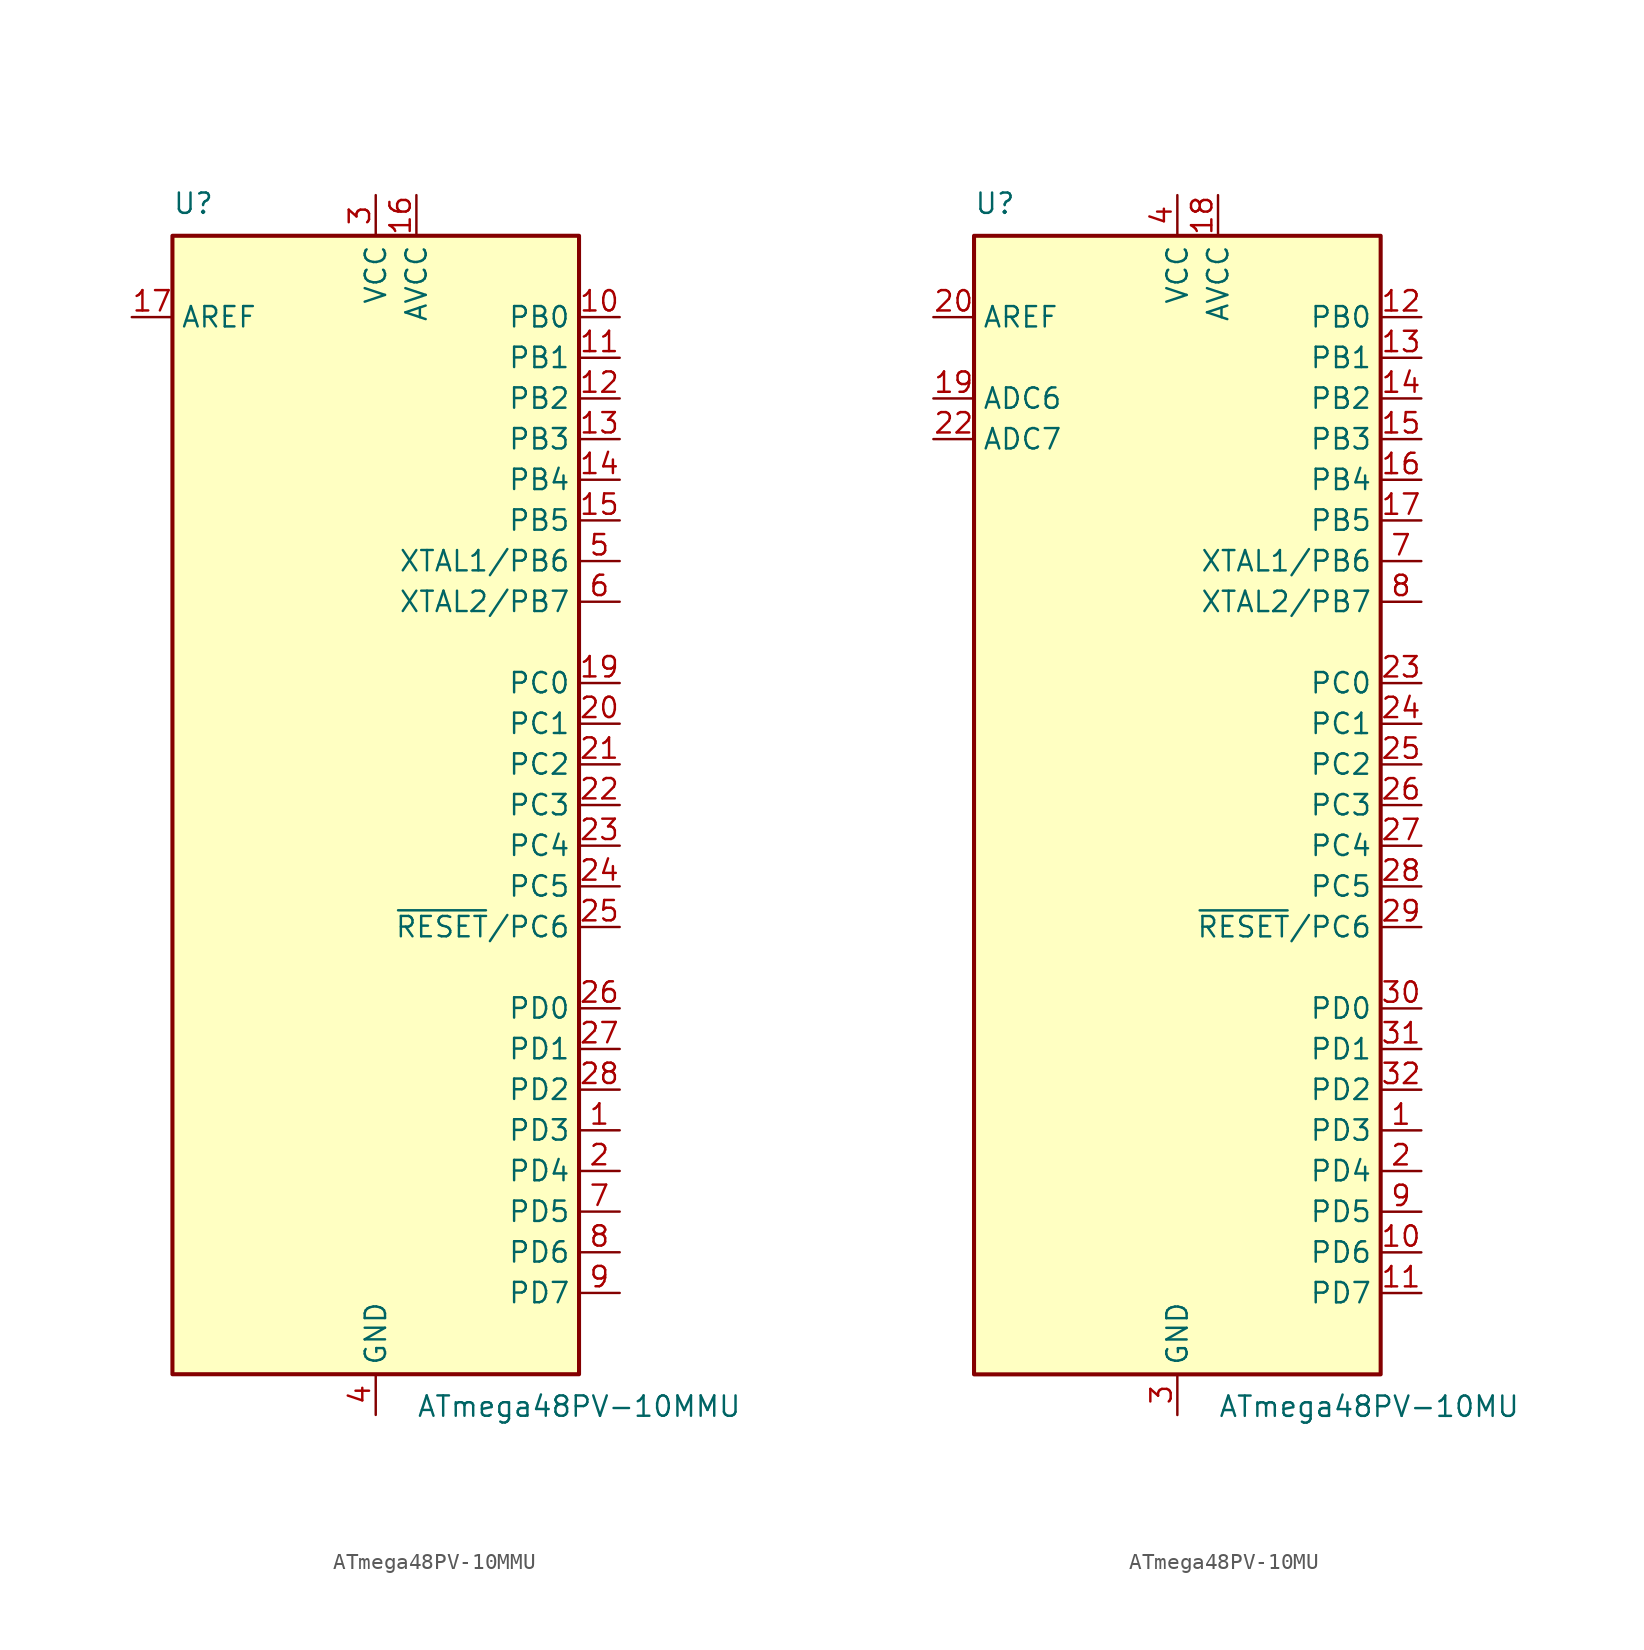
<source format=kicad_sym>
(kicad_symbol_lib
  (version 20211014)
  (generator kicad_symbol_editor)
  (symbol "ATmega48PV-10MMU"
    (property "Reference" "U"
      (at -12.7 36.83 0)
      (effects (font (size 1.27 1.27)) (justify left bottom)))
    (property "Value" "ATmega48PV-10MMU"
      (at 2.54 -36.83 0)
      (effects (font (size 1.27 1.27)) (justify left top)))
    (symbol "ATmega48PV-10MMU_0_1"
      (rectangle (start -12.7 -35.56) (end 12.7 35.56) (stroke (width 0.254) (type default) (color 0 0 0 0)) (fill (type background))))
    (symbol "ATmega48PV-10MMU_1_1"
      (pin bidirectional line (at 15.24 -20.32 180) (length 2.54) (name "PD3" (effects (font (size 1.27 1.27)))) (number "1" (effects (font (size 1.27 1.27)))))
      (pin bidirectional line (at 15.24 30.48 180) (length 2.54) (name "PB0" (effects (font (size 1.27 1.27)))) (number "10" (effects (font (size 1.27 1.27)))))
      (pin bidirectional line (at 15.24 27.94 180) (length 2.54) (name "PB1" (effects (font (size 1.27 1.27)))) (number "11" (effects (font (size 1.27 1.27)))))
      (pin bidirectional line (at 15.24 25.4 180) (length 2.54) (name "PB2" (effects (font (size 1.27 1.27)))) (number "12" (effects (font (size 1.27 1.27)))))
      (pin bidirectional line (at 15.24 22.86 180) (length 2.54) (name "PB3" (effects (font (size 1.27 1.27)))) (number "13" (effects (font (size 1.27 1.27)))))
      (pin bidirectional line (at 15.24 20.32 180) (length 2.54) (name "PB4" (effects (font (size 1.27 1.27)))) (number "14" (effects (font (size 1.27 1.27)))))
      (pin bidirectional line (at 15.24 17.78 180) (length 2.54) (name "PB5" (effects (font (size 1.27 1.27)))) (number "15" (effects (font (size 1.27 1.27)))))
      (pin power_in line (at 2.54 38.1 270) (length 2.54) (name "AVCC" (effects (font (size 1.27 1.27)))) (number "16" (effects (font (size 1.27 1.27)))))
      (pin passive line (at -15.24 30.48 0) (length 2.54) (name "AREF" (effects (font (size 1.27 1.27)))) (number "17" (effects (font (size 1.27 1.27)))))
      (pin passive line (at 0 -38.1 90) (length 2.54) hide (name "GND" (effects (font (size 1.27 1.27)))) (number "18" (effects (font (size 1.27 1.27)))))
      (pin bidirectional line (at 15.24 7.62 180) (length 2.54) (name "PC0" (effects (font (size 1.27 1.27)))) (number "19" (effects (font (size 1.27 1.27)))))
      (pin bidirectional line (at 15.24 -22.86 180) (length 2.54) (name "PD4" (effects (font (size 1.27 1.27)))) (number "2" (effects (font (size 1.27 1.27)))))
      (pin bidirectional line (at 15.24 5.08 180) (length 2.54) (name "PC1" (effects (font (size 1.27 1.27)))) (number "20" (effects (font (size 1.27 1.27)))))
      (pin bidirectional line (at 15.24 2.54 180) (length 2.54) (name "PC2" (effects (font (size 1.27 1.27)))) (number "21" (effects (font (size 1.27 1.27)))))
      (pin bidirectional line (at 15.24 0 180) (length 2.54) (name "PC3" (effects (font (size 1.27 1.27)))) (number "22" (effects (font (size 1.27 1.27)))))
      (pin bidirectional line (at 15.24 -2.54 180) (length 2.54) (name "PC4" (effects (font (size 1.27 1.27)))) (number "23" (effects (font (size 1.27 1.27)))))
      (pin bidirectional line (at 15.24 -5.08 180) (length 2.54) (name "PC5" (effects (font (size 1.27 1.27)))) (number "24" (effects (font (size 1.27 1.27)))))
      (pin bidirectional line (at 15.24 -7.62 180) (length 2.54) (name "~{RESET}/PC6" (effects (font (size 1.27 1.27)))) (number "25" (effects (font (size 1.27 1.27)))))
      (pin bidirectional line (at 15.24 -12.7 180) (length 2.54) (name "PD0" (effects (font (size 1.27 1.27)))) (number "26" (effects (font (size 1.27 1.27)))))
      (pin bidirectional line (at 15.24 -15.24 180) (length 2.54) (name "PD1" (effects (font (size 1.27 1.27)))) (number "27" (effects (font (size 1.27 1.27)))))
      (pin bidirectional line (at 15.24 -17.78 180) (length 2.54) (name "PD2" (effects (font (size 1.27 1.27)))) (number "28" (effects (font (size 1.27 1.27)))))
      (pin passive line (at 0 -38.1 90) (length 2.54) hide (name "GND" (effects (font (size 1.27 1.27)))) (number "29" (effects (font (size 1.27 1.27)))))
      (pin power_in line (at 0 38.1 270) (length 2.54) (name "VCC" (effects (font (size 1.27 1.27)))) (number "3" (effects (font (size 1.27 1.27)))))
      (pin power_in line (at 0 -38.1 90) (length 2.54) (name "GND" (effects (font (size 1.27 1.27)))) (number "4" (effects (font (size 1.27 1.27)))))
      (pin bidirectional line (at 15.24 15.24 180) (length 2.54) (name "XTAL1/PB6" (effects (font (size 1.27 1.27)))) (number "5" (effects (font (size 1.27 1.27)))))
      (pin bidirectional line (at 15.24 12.7 180) (length 2.54) (name "XTAL2/PB7" (effects (font (size 1.27 1.27)))) (number "6" (effects (font (size 1.27 1.27)))))
      (pin bidirectional line (at 15.24 -25.4 180) (length 2.54) (name "PD5" (effects (font (size 1.27 1.27)))) (number "7" (effects (font (size 1.27 1.27)))))
      (pin bidirectional line (at 15.24 -27.94 180) (length 2.54) (name "PD6" (effects (font (size 1.27 1.27)))) (number "8" (effects (font (size 1.27 1.27)))))
      (pin bidirectional line (at 15.24 -30.48 180) (length 2.54) (name "PD7" (effects (font (size 1.27 1.27)))) (number "9" (effects (font (size 1.27 1.27)))))))
  (symbol "ATmega48PV-10MU"
    (property "Reference" "U"
      (at -12.7 36.83 0)
      (effects (font (size 1.27 1.27)) (justify left bottom)))
    (property "Value" "ATmega48PV-10MU"
      (at 2.54 -36.83 0)
      (effects (font (size 1.27 1.27)) (justify left top)))
    (symbol "ATmega48PV-10MU_0_1"
      (rectangle (start -12.7 -35.56) (end 12.7 35.56) (stroke (width 0.254) (type default) (color 0 0 0 0)) (fill (type background))))
    (symbol "ATmega48PV-10MU_1_1"
      (pin bidirectional line (at 15.24 -20.32 180) (length 2.54) (name "PD3" (effects (font (size 1.27 1.27)))) (number "1" (effects (font (size 1.27 1.27)))))
      (pin bidirectional line (at 15.24 -27.94 180) (length 2.54) (name "PD6" (effects (font (size 1.27 1.27)))) (number "10" (effects (font (size 1.27 1.27)))))
      (pin bidirectional line (at 15.24 -30.48 180) (length 2.54) (name "PD7" (effects (font (size 1.27 1.27)))) (number "11" (effects (font (size 1.27 1.27)))))
      (pin bidirectional line (at 15.24 30.48 180) (length 2.54) (name "PB0" (effects (font (size 1.27 1.27)))) (number "12" (effects (font (size 1.27 1.27)))))
      (pin bidirectional line (at 15.24 27.94 180) (length 2.54) (name "PB1" (effects (font (size 1.27 1.27)))) (number "13" (effects (font (size 1.27 1.27)))))
      (pin bidirectional line (at 15.24 25.4 180) (length 2.54) (name "PB2" (effects (font (size 1.27 1.27)))) (number "14" (effects (font (size 1.27 1.27)))))
      (pin bidirectional line (at 15.24 22.86 180) (length 2.54) (name "PB3" (effects (font (size 1.27 1.27)))) (number "15" (effects (font (size 1.27 1.27)))))
      (pin bidirectional line (at 15.24 20.32 180) (length 2.54) (name "PB4" (effects (font (size 1.27 1.27)))) (number "16" (effects (font (size 1.27 1.27)))))
      (pin bidirectional line (at 15.24 17.78 180) (length 2.54) (name "PB5" (effects (font (size 1.27 1.27)))) (number "17" (effects (font (size 1.27 1.27)))))
      (pin power_in line (at 2.54 38.1 270) (length 2.54) (name "AVCC" (effects (font (size 1.27 1.27)))) (number "18" (effects (font (size 1.27 1.27)))))
      (pin input line (at -15.24 25.4 0) (length 2.54) (name "ADC6" (effects (font (size 1.27 1.27)))) (number "19" (effects (font (size 1.27 1.27)))))
      (pin bidirectional line (at 15.24 -22.86 180) (length 2.54) (name "PD4" (effects (font (size 1.27 1.27)))) (number "2" (effects (font (size 1.27 1.27)))))
      (pin passive line (at -15.24 30.48 0) (length 2.54) (name "AREF" (effects (font (size 1.27 1.27)))) (number "20" (effects (font (size 1.27 1.27)))))
      (pin passive line (at 0 -38.1 90) (length 2.54) hide (name "GND" (effects (font (size 1.27 1.27)))) (number "21" (effects (font (size 1.27 1.27)))))
      (pin input line (at -15.24 22.86 0) (length 2.54) (name "ADC7" (effects (font (size 1.27 1.27)))) (number "22" (effects (font (size 1.27 1.27)))))
      (pin bidirectional line (at 15.24 7.62 180) (length 2.54) (name "PC0" (effects (font (size 1.27 1.27)))) (number "23" (effects (font (size 1.27 1.27)))))
      (pin bidirectional line (at 15.24 5.08 180) (length 2.54) (name "PC1" (effects (font (size 1.27 1.27)))) (number "24" (effects (font (size 1.27 1.27)))))
      (pin bidirectional line (at 15.24 2.54 180) (length 2.54) (name "PC2" (effects (font (size 1.27 1.27)))) (number "25" (effects (font (size 1.27 1.27)))))
      (pin bidirectional line (at 15.24 0 180) (length 2.54) (name "PC3" (effects (font (size 1.27 1.27)))) (number "26" (effects (font (size 1.27 1.27)))))
      (pin bidirectional line (at 15.24 -2.54 180) (length 2.54) (name "PC4" (effects (font (size 1.27 1.27)))) (number "27" (effects (font (size 1.27 1.27)))))
      (pin bidirectional line (at 15.24 -5.08 180) (length 2.54) (name "PC5" (effects (font (size 1.27 1.27)))) (number "28" (effects (font (size 1.27 1.27)))))
      (pin bidirectional line (at 15.24 -7.62 180) (length 2.54) (name "~{RESET}/PC6" (effects (font (size 1.27 1.27)))) (number "29" (effects (font (size 1.27 1.27)))))
      (pin power_in line (at 0 -38.1 90) (length 2.54) (name "GND" (effects (font (size 1.27 1.27)))) (number "3" (effects (font (size 1.27 1.27)))))
      (pin bidirectional line (at 15.24 -12.7 180) (length 2.54) (name "PD0" (effects (font (size 1.27 1.27)))) (number "30" (effects (font (size 1.27 1.27)))))
      (pin bidirectional line (at 15.24 -15.24 180) (length 2.54) (name "PD1" (effects (font (size 1.27 1.27)))) (number "31" (effects (font (size 1.27 1.27)))))
      (pin bidirectional line (at 15.24 -17.78 180) (length 2.54) (name "PD2" (effects (font (size 1.27 1.27)))) (number "32" (effects (font (size 1.27 1.27)))))
      (pin passive line (at 0 -38.1 90) (length 2.54) hide (name "GND" (effects (font (size 1.27 1.27)))) (number "33" (effects (font (size 1.27 1.27)))))
      (pin power_in line (at 0 38.1 270) (length 2.54) (name "VCC" (effects (font (size 1.27 1.27)))) (number "4" (effects (font (size 1.27 1.27)))))
      (pin passive line (at 0 -38.1 90) (length 2.54) hide (name "GND" (effects (font (size 1.27 1.27)))) (number "5" (effects (font (size 1.27 1.27)))))
      (pin passive line (at 0 38.1 270) (length 2.54) hide (name "VCC" (effects (font (size 1.27 1.27)))) (number "6" (effects (font (size 1.27 1.27)))))
      (pin bidirectional line (at 15.24 15.24 180) (length 2.54) (name "XTAL1/PB6" (effects (font (size 1.27 1.27)))) (number "7" (effects (font (size 1.27 1.27)))))
      (pin bidirectional line (at 15.24 12.7 180) (length 2.54) (name "XTAL2/PB7" (effects (font (size 1.27 1.27)))) (number "8" (effects (font (size 1.27 1.27)))))
      (pin bidirectional line (at 15.24 -25.4 180) (length 2.54) (name "PD5" (effects (font (size 1.27 1.27)))) (number "9" (effects (font (size 1.27 1.27))))))))
</source>
